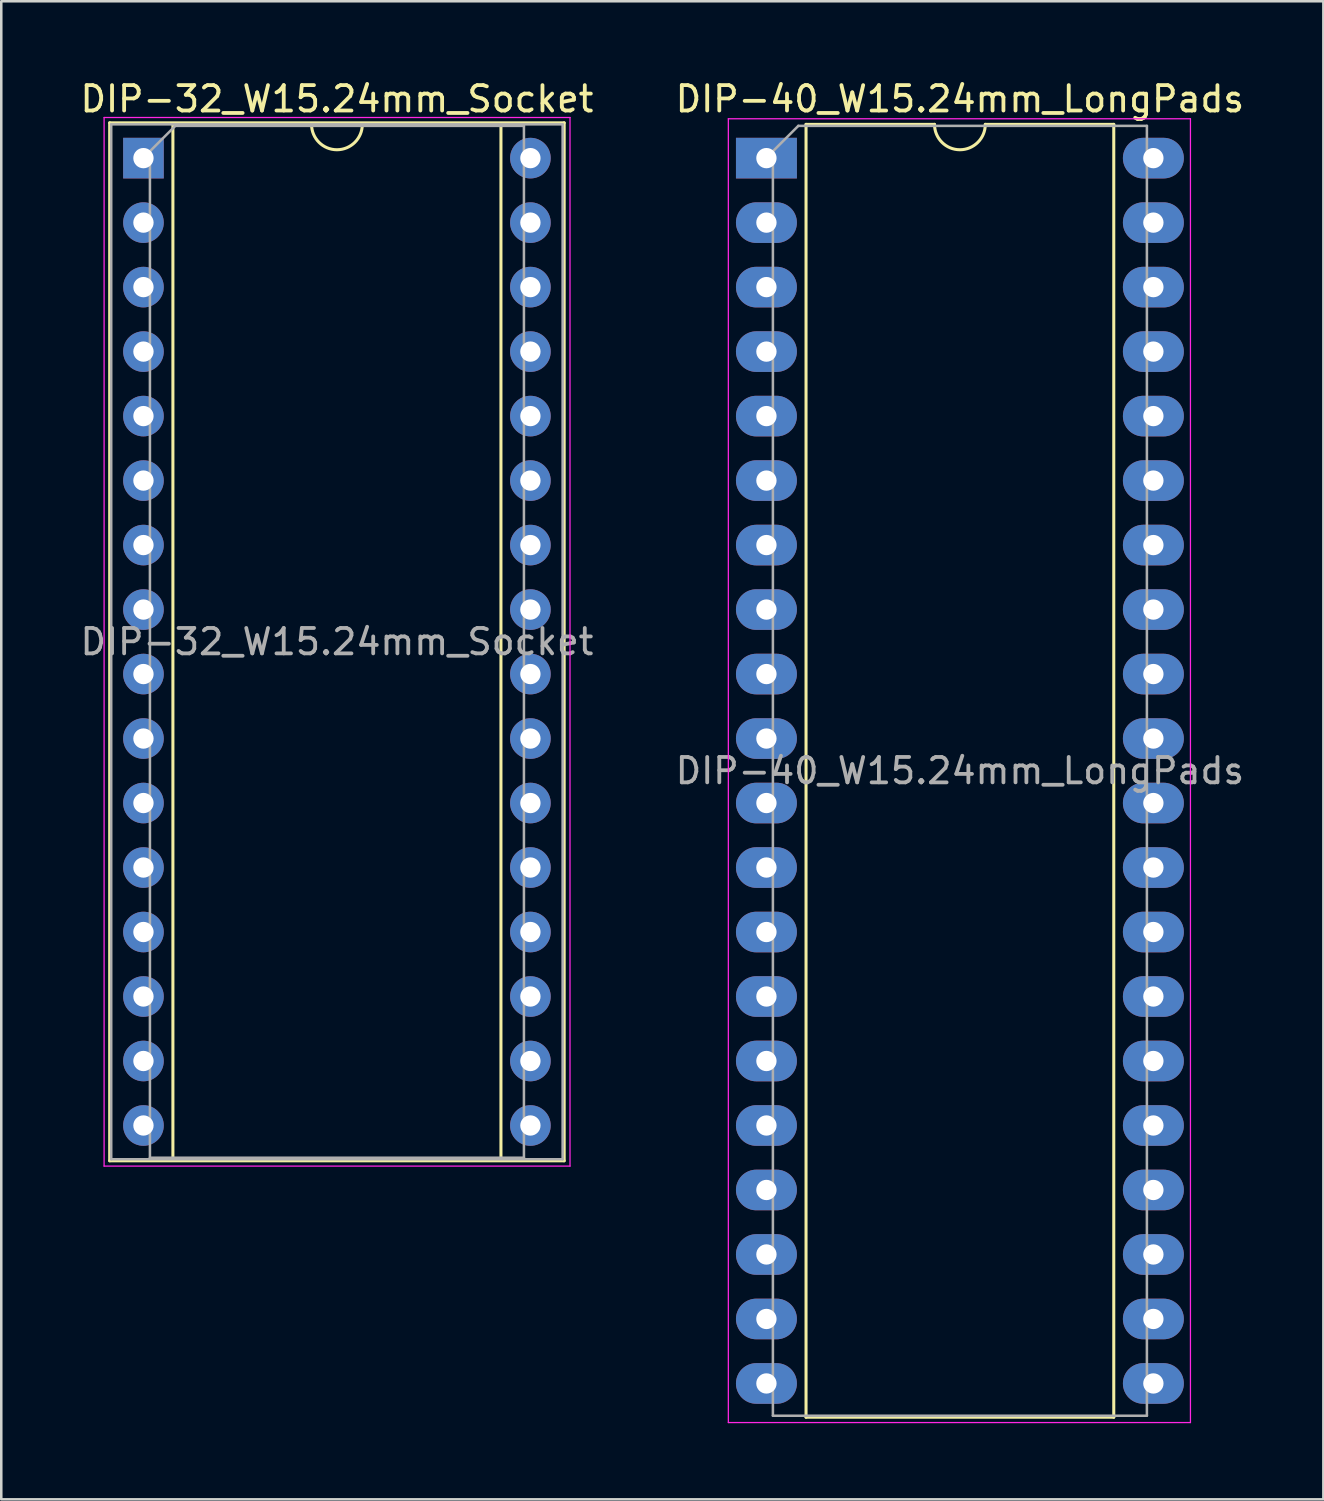
<source format=kicad_pcb>
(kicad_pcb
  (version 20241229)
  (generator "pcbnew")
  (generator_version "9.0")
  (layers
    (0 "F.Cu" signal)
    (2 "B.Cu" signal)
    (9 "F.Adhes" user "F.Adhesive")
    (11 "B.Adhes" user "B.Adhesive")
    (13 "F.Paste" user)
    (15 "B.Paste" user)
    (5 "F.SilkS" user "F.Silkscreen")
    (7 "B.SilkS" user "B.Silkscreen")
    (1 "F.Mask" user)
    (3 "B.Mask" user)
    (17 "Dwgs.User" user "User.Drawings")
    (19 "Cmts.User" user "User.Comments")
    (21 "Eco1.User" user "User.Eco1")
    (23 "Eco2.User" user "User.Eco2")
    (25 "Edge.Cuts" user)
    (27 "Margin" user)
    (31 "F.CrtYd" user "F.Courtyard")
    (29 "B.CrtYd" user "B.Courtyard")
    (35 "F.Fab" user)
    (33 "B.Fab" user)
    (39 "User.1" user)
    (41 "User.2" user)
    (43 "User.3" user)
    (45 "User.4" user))
  (footprint "DIP-32_W15.24mm_Socket"
    (layer "F.Cu")
    (at 2.6 3.178)
    (property "Reference" "DIP-32_W15.24mm_Socket" (at 7.62 -2.33 0) (layer "F.SilkS") (effects (font (size 1 1) (thickness 0.15))))
    (attr through_hole)
    (fp_line (start -1.33 -1.39) (end -1.33 39.49) (stroke (width 0.12) (type solid)) (layer "F.SilkS"))
    (fp_line (start -1.33 39.49) (end 16.57 39.49) (stroke (width 0.12) (type solid)) (layer "F.SilkS"))
    (fp_line (start 1.16 -1.33) (end 1.16 39.43) (stroke (width 0.12) (type solid)) (layer "F.SilkS"))
    (fp_line (start 1.16 39.43) (end 14.08 39.43) (stroke (width 0.12) (type solid)) (layer "F.SilkS"))
    (fp_line (start 6.62 -1.33) (end 1.16 -1.33) (stroke (width 0.12) (type solid)) (layer "F.SilkS"))
    (fp_line (start 14.08 -1.33) (end 8.62 -1.33) (stroke (width 0.12) (type solid)) (layer "F.SilkS"))
    (fp_line (start 14.08 39.43) (end 14.08 -1.33) (stroke (width 0.12) (type solid)) (layer "F.SilkS"))
    (fp_line (start 16.57 -1.39) (end -1.33 -1.39) (stroke (width 0.12) (type solid)) (layer "F.SilkS"))
    (fp_line (start 16.57 39.49) (end 16.57 -1.39) (stroke (width 0.12) (type solid)) (layer "F.SilkS"))
    (fp_arc (start 8.62 -1.33) (mid 7.62 -0.33) (end 6.62 -1.33) (stroke (width 0.12) (type solid)) (layer "F.SilkS"))
    (fp_line (start -1.55 -1.6) (end -1.55 39.7) (stroke (width 0.05) (type solid)) (layer "F.CrtYd"))
    (fp_line (start -1.55 39.7) (end 16.8 39.7) (stroke (width 0.05) (type solid)) (layer "F.CrtYd"))
    (fp_line (start 16.8 -1.6) (end -1.55 -1.6) (stroke (width 0.05) (type solid)) (layer "F.CrtYd"))
    (fp_line (start 16.8 39.7) (end 16.8 -1.6) (stroke (width 0.05) (type solid)) (layer "F.CrtYd"))
    (fp_line (start -1.27 -1.33) (end -1.27 39.43) (stroke (width 0.1) (type solid)) (layer "F.Fab"))
    (fp_line (start -1.27 39.43) (end 16.51 39.43) (stroke (width 0.1) (type solid)) (layer "F.Fab"))
    (fp_line (start 0.255 -0.27) (end 1.255 -1.27) (stroke (width 0.1) (type solid)) (layer "F.Fab"))
    (fp_line (start 0.255 39.37) (end 0.255 -0.27) (stroke (width 0.1) (type solid)) (layer "F.Fab"))
    (fp_line (start 1.255 -1.27) (end 14.985 -1.27) (stroke (width 0.1) (type solid)) (layer "F.Fab"))
    (fp_line (start 14.985 -1.27) (end 14.985 39.37) (stroke (width 0.1) (type solid)) (layer "F.Fab"))
    (fp_line (start 14.985 39.37) (end 0.255 39.37) (stroke (width 0.1) (type solid)) (layer "F.Fab"))
    (fp_line (start 16.51 -1.33) (end -1.27 -1.33) (stroke (width 0.1) (type solid)) (layer "F.Fab"))
    (fp_line (start 16.51 39.43) (end 16.51 -1.33) (stroke (width 0.1) (type solid)) (layer "F.Fab"))
    (fp_text user "${REFERENCE}" (at 7.62 19.05 0) (layer "F.Fab") (effects (font (size 1 1) (thickness 0.15))))
    (pad "1" thru_hole rect (at 0 0) (size 1.6 1.6) (drill 0.8) (layers "*.Cu" "*.Mask"))
    (pad "2" thru_hole oval (at 0 2.54) (size 1.6 1.6) (drill 0.8) (layers "*.Cu" "*.Mask"))
    (pad "3" thru_hole oval (at 0 5.08) (size 1.6 1.6) (drill 0.8) (layers "*.Cu" "*.Mask"))
    (pad "4" thru_hole oval (at 0 7.62) (size 1.6 1.6) (drill 0.8) (layers "*.Cu" "*.Mask"))
    (pad "5" thru_hole oval (at 0 10.16) (size 1.6 1.6) (drill 0.8) (layers "*.Cu" "*.Mask"))
    (pad "6" thru_hole oval (at 0 12.7) (size 1.6 1.6) (drill 0.8) (layers "*.Cu" "*.Mask"))
    (pad "7" thru_hole oval (at 0 15.24) (size 1.6 1.6) (drill 0.8) (layers "*.Cu" "*.Mask"))
    (pad "8" thru_hole oval (at 0 17.78) (size 1.6 1.6) (drill 0.8) (layers "*.Cu" "*.Mask"))
    (pad "9" thru_hole oval (at 0 20.32) (size 1.6 1.6) (drill 0.8) (layers "*.Cu" "*.Mask"))
    (pad "10" thru_hole oval (at 0 22.86) (size 1.6 1.6) (drill 0.8) (layers "*.Cu" "*.Mask"))
    (pad "11" thru_hole oval (at 0 25.4) (size 1.6 1.6) (drill 0.8) (layers "*.Cu" "*.Mask"))
    (pad "12" thru_hole oval (at 0 27.94) (size 1.6 1.6) (drill 0.8) (layers "*.Cu" "*.Mask"))
    (pad "13" thru_hole oval (at 0 30.48) (size 1.6 1.6) (drill 0.8) (layers "*.Cu" "*.Mask"))
    (pad "14" thru_hole oval (at 0 33.02) (size 1.6 1.6) (drill 0.8) (layers "*.Cu" "*.Mask"))
    (pad "15" thru_hole oval (at 0 35.56) (size 1.6 1.6) (drill 0.8) (layers "*.Cu" "*.Mask"))
    (pad "16" thru_hole oval (at 0 38.1) (size 1.6 1.6) (drill 0.8) (layers "*.Cu" "*.Mask"))
    (pad "17" thru_hole oval (at 15.24 38.1) (size 1.6 1.6) (drill 0.8) (layers "*.Cu" "*.Mask"))
    (pad "18" thru_hole oval (at 15.24 35.56) (size 1.6 1.6) (drill 0.8) (layers "*.Cu" "*.Mask"))
    (pad "19" thru_hole oval (at 15.24 33.02) (size 1.6 1.6) (drill 0.8) (layers "*.Cu" "*.Mask"))
    (pad "20" thru_hole oval (at 15.24 30.48) (size 1.6 1.6) (drill 0.8) (layers "*.Cu" "*.Mask"))
    (pad "21" thru_hole oval (at 15.24 27.94) (size 1.6 1.6) (drill 0.8) (layers "*.Cu" "*.Mask"))
    (pad "22" thru_hole oval (at 15.24 25.4) (size 1.6 1.6) (drill 0.8) (layers "*.Cu" "*.Mask"))
    (pad "23" thru_hole oval (at 15.24 22.86) (size 1.6 1.6) (drill 0.8) (layers "*.Cu" "*.Mask"))
    (pad "24" thru_hole oval (at 15.24 20.32) (size 1.6 1.6) (drill 0.8) (layers "*.Cu" "*.Mask"))
    (pad "25" thru_hole oval (at 15.24 17.78) (size 1.6 1.6) (drill 0.8) (layers "*.Cu" "*.Mask"))
    (pad "26" thru_hole oval (at 15.24 15.24) (size 1.6 1.6) (drill 0.8) (layers "*.Cu" "*.Mask"))
    (pad "27" thru_hole oval (at 15.24 12.7) (size 1.6 1.6) (drill 0.8) (layers "*.Cu" "*.Mask"))
    (pad "28" thru_hole oval (at 15.24 10.16) (size 1.6 1.6) (drill 0.8) (layers "*.Cu" "*.Mask"))
    (pad "29" thru_hole oval (at 15.24 7.62) (size 1.6 1.6) (drill 0.8) (layers "*.Cu" "*.Mask"))
    (pad "30" thru_hole oval (at 15.24 5.08) (size 1.6 1.6) (drill 0.8) (layers "*.Cu" "*.Mask"))
    (pad "31" thru_hole oval (at 15.24 2.54) (size 1.6 1.6) (drill 0.8) (layers "*.Cu" "*.Mask"))
    (pad "32" thru_hole oval (at 15.24 0) (size 1.6 1.6) (drill 0.8) (layers "*.Cu" "*.Mask")))
  (footprint "DIP-40_W15.24mm_LongPads"
    (layer "F.Cu")
    (at 27.136 3.178)
    (property "Reference" "DIP-40_W15.24mm_LongPads" (at 7.62 -2.33 0) (layer "F.SilkS") (effects (font (size 1 1) (thickness 0.15))))
    (attr through_hole)
    (fp_line (start 1.56 -1.33) (end 1.56 49.59) (stroke (width 0.12) (type solid)) (layer "F.SilkS"))
    (fp_line (start 1.56 49.59) (end 13.68 49.59) (stroke (width 0.12) (type solid)) (layer "F.SilkS"))
    (fp_line (start 6.62 -1.33) (end 1.56 -1.33) (stroke (width 0.12) (type solid)) (layer "F.SilkS"))
    (fp_line (start 13.68 -1.33) (end 8.62 -1.33) (stroke (width 0.12) (type solid)) (layer "F.SilkS"))
    (fp_line (start 13.68 49.59) (end 13.68 -1.33) (stroke (width 0.12) (type solid)) (layer "F.SilkS"))
    (fp_arc (start 8.62 -1.33) (mid 7.62 -0.33) (end 6.62 -1.33) (stroke (width 0.12) (type solid)) (layer "F.SilkS"))
    (fp_line (start -1.5 -1.55) (end -1.5 49.8) (stroke (width 0.05) (type solid)) (layer "F.CrtYd"))
    (fp_line (start -1.5 49.8) (end 16.7 49.8) (stroke (width 0.05) (type solid)) (layer "F.CrtYd"))
    (fp_line (start 16.7 -1.55) (end -1.5 -1.55) (stroke (width 0.05) (type solid)) (layer "F.CrtYd"))
    (fp_line (start 16.7 49.8) (end 16.7 -1.55) (stroke (width 0.05) (type solid)) (layer "F.CrtYd"))
    (fp_line (start 0.255 -0.27) (end 1.255 -1.27) (stroke (width 0.1) (type solid)) (layer "F.Fab"))
    (fp_line (start 0.255 49.53) (end 0.255 -0.27) (stroke (width 0.1) (type solid)) (layer "F.Fab"))
    (fp_line (start 1.255 -1.27) (end 14.985 -1.27) (stroke (width 0.1) (type solid)) (layer "F.Fab"))
    (fp_line (start 14.985 -1.27) (end 14.985 49.53) (stroke (width 0.1) (type solid)) (layer "F.Fab"))
    (fp_line (start 14.985 49.53) (end 0.255 49.53) (stroke (width 0.1) (type solid)) (layer "F.Fab"))
    (fp_text user "${REFERENCE}" (at 7.62 24.13 0) (layer "F.Fab") (effects (font (size 1 1) (thickness 0.15))))
    (pad "1" thru_hole rect (at 0 0) (size 2.4 1.6) (drill 0.8) (layers "*.Cu" "*.Mask"))
    (pad "2" thru_hole oval (at 0 2.54) (size 2.4 1.6) (drill 0.8) (layers "*.Cu" "*.Mask"))
    (pad "3" thru_hole oval (at 0 5.08) (size 2.4 1.6) (drill 0.8) (layers "*.Cu" "*.Mask"))
    (pad "4" thru_hole oval (at 0 7.62) (size 2.4 1.6) (drill 0.8) (layers "*.Cu" "*.Mask"))
    (pad "5" thru_hole oval (at 0 10.16) (size 2.4 1.6) (drill 0.8) (layers "*.Cu" "*.Mask"))
    (pad "6" thru_hole oval (at 0 12.7) (size 2.4 1.6) (drill 0.8) (layers "*.Cu" "*.Mask"))
    (pad "7" thru_hole oval (at 0 15.24) (size 2.4 1.6) (drill 0.8) (layers "*.Cu" "*.Mask"))
    (pad "8" thru_hole oval (at 0 17.78) (size 2.4 1.6) (drill 0.8) (layers "*.Cu" "*.Mask"))
    (pad "9" thru_hole oval (at 0 20.32) (size 2.4 1.6) (drill 0.8) (layers "*.Cu" "*.Mask"))
    (pad "10" thru_hole oval (at 0 22.86) (size 2.4 1.6) (drill 0.8) (layers "*.Cu" "*.Mask"))
    (pad "11" thru_hole oval (at 0 25.4) (size 2.4 1.6) (drill 0.8) (layers "*.Cu" "*.Mask"))
    (pad "12" thru_hole oval (at 0 27.94) (size 2.4 1.6) (drill 0.8) (layers "*.Cu" "*.Mask"))
    (pad "13" thru_hole oval (at 0 30.48) (size 2.4 1.6) (drill 0.8) (layers "*.Cu" "*.Mask"))
    (pad "14" thru_hole oval (at 0 33.02) (size 2.4 1.6) (drill 0.8) (layers "*.Cu" "*.Mask"))
    (pad "15" thru_hole oval (at 0 35.56) (size 2.4 1.6) (drill 0.8) (layers "*.Cu" "*.Mask"))
    (pad "16" thru_hole oval (at 0 38.1) (size 2.4 1.6) (drill 0.8) (layers "*.Cu" "*.Mask"))
    (pad "17" thru_hole oval (at 0 40.64) (size 2.4 1.6) (drill 0.8) (layers "*.Cu" "*.Mask"))
    (pad "18" thru_hole oval (at 0 43.18) (size 2.4 1.6) (drill 0.8) (layers "*.Cu" "*.Mask"))
    (pad "19" thru_hole oval (at 0 45.72) (size 2.4 1.6) (drill 0.8) (layers "*.Cu" "*.Mask"))
    (pad "20" thru_hole oval (at 0 48.26) (size 2.4 1.6) (drill 0.8) (layers "*.Cu" "*.Mask"))
    (pad "21" thru_hole oval (at 15.24 48.26) (size 2.4 1.6) (drill 0.8) (layers "*.Cu" "*.Mask"))
    (pad "22" thru_hole oval (at 15.24 45.72) (size 2.4 1.6) (drill 0.8) (layers "*.Cu" "*.Mask"))
    (pad "23" thru_hole oval (at 15.24 43.18) (size 2.4 1.6) (drill 0.8) (layers "*.Cu" "*.Mask"))
    (pad "24" thru_hole oval (at 15.24 40.64) (size 2.4 1.6) (drill 0.8) (layers "*.Cu" "*.Mask"))
    (pad "25" thru_hole oval (at 15.24 38.1) (size 2.4 1.6) (drill 0.8) (layers "*.Cu" "*.Mask"))
    (pad "26" thru_hole oval (at 15.24 35.56) (size 2.4 1.6) (drill 0.8) (layers "*.Cu" "*.Mask"))
    (pad "27" thru_hole oval (at 15.24 33.02) (size 2.4 1.6) (drill 0.8) (layers "*.Cu" "*.Mask"))
    (pad "28" thru_hole oval (at 15.24 30.48) (size 2.4 1.6) (drill 0.8) (layers "*.Cu" "*.Mask"))
    (pad "29" thru_hole oval (at 15.24 27.94) (size 2.4 1.6) (drill 0.8) (layers "*.Cu" "*.Mask"))
    (pad "30" thru_hole oval (at 15.24 25.4) (size 2.4 1.6) (drill 0.8) (layers "*.Cu" "*.Mask"))
    (pad "31" thru_hole oval (at 15.24 22.86) (size 2.4 1.6) (drill 0.8) (layers "*.Cu" "*.Mask"))
    (pad "32" thru_hole oval (at 15.24 20.32) (size 2.4 1.6) (drill 0.8) (layers "*.Cu" "*.Mask"))
    (pad "33" thru_hole oval (at 15.24 17.78) (size 2.4 1.6) (drill 0.8) (layers "*.Cu" "*.Mask"))
    (pad "34" thru_hole oval (at 15.24 15.24) (size 2.4 1.6) (drill 0.8) (layers "*.Cu" "*.Mask"))
    (pad "35" thru_hole oval (at 15.24 12.7) (size 2.4 1.6) (drill 0.8) (layers "*.Cu" "*.Mask"))
    (pad "36" thru_hole oval (at 15.24 10.16) (size 2.4 1.6) (drill 0.8) (layers "*.Cu" "*.Mask"))
    (pad "37" thru_hole oval (at 15.24 7.62) (size 2.4 1.6) (drill 0.8) (layers "*.Cu" "*.Mask"))
    (pad "38" thru_hole oval (at 15.24 5.08) (size 2.4 1.6) (drill 0.8) (layers "*.Cu" "*.Mask"))
    (pad "39" thru_hole oval (at 15.24 2.54) (size 2.4 1.6) (drill 0.8) (layers "*.Cu" "*.Mask"))
    (pad "40" thru_hole oval (at 15.24 0) (size 2.4 1.6) (drill 0.8) (layers "*.Cu" "*.Mask")))
  (gr_rect
    (start -3 -3)
    (end 49.071 56.003)
    (stroke (width 0.1) (type default))
    (fill no)
    (layer "Edge.Cuts")))
</source>
